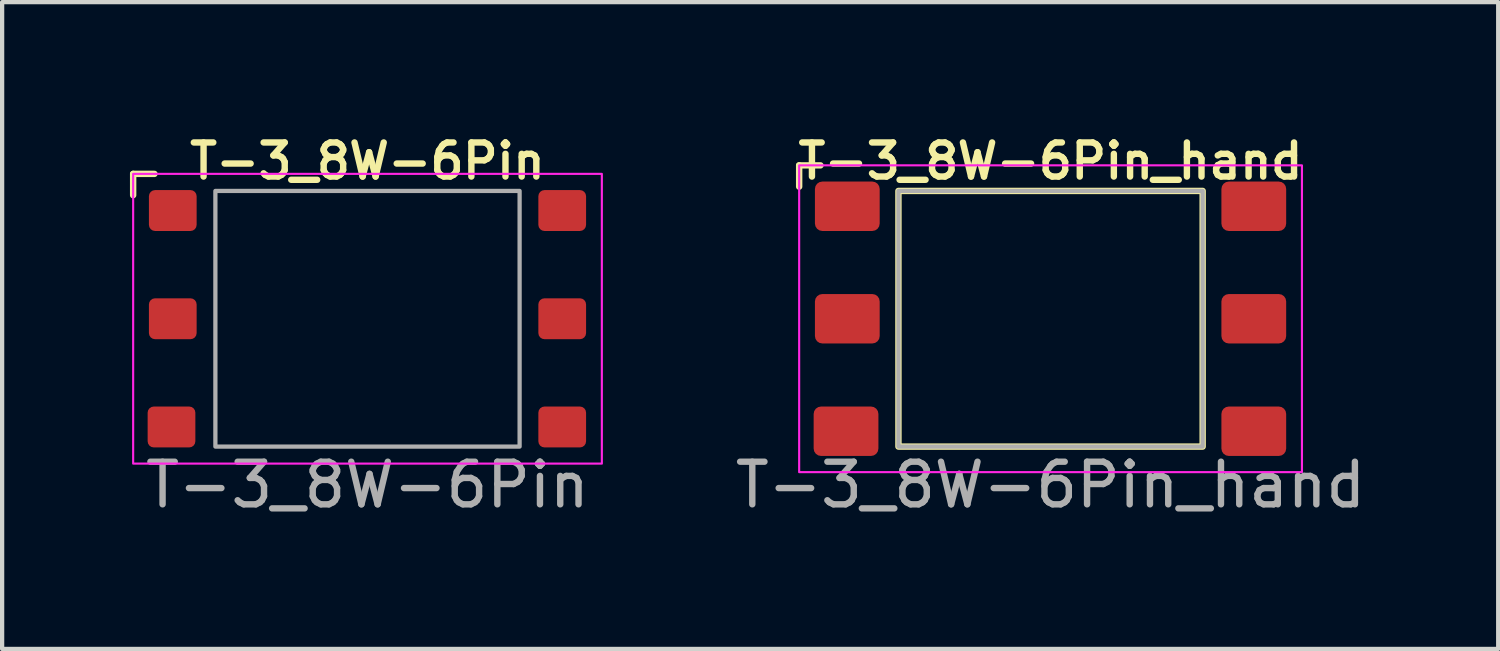
<source format=kicad_pcb>
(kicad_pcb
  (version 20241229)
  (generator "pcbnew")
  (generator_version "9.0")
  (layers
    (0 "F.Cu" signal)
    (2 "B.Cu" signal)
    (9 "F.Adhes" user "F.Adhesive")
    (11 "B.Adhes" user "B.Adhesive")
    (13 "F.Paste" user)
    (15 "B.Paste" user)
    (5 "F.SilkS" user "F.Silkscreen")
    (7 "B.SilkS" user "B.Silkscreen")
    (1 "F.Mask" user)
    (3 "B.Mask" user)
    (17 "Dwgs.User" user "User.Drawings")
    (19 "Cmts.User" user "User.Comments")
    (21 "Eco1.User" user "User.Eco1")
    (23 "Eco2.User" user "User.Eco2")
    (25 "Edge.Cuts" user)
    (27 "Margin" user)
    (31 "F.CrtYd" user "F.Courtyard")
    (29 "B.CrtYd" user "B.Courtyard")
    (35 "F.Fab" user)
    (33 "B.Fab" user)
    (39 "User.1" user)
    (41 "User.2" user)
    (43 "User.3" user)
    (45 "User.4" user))
  (footprint "T-3_8W-6Pin_hand"
    (layer "F.Cu")
    (at 21.606 4.431)
    (property "Reference" "T-3_8W-6Pin_hand" (at 0 -3.7 0) (unlocked yes) (layer "F.SilkS") (effects (font (size 0.8 0.8) (thickness 0.15))))
    (attr smd)
    (fp_line (start -5.9 -3.6) (end -5.9 -3.1) (stroke (width 0.15) (type default)) (layer "F.SilkS"))
    (fp_line (start -5.9 -3.6) (end -5.4 -3.6) (stroke (width 0.15) (type default)) (layer "F.SilkS"))
    (fp_rect (start -3.57 -3) (end 3.57 3) (stroke (width 0.15) (type solid)) (fill no) (layer "F.SilkS"))
    (fp_rect (start -5.9 -3.6) (end 5.9 3.6) (stroke (width 0.05) (type default)) (fill no) (layer "F.CrtYd"))
    (fp_rect (start -3.57 -3) (end 3.57 3) (stroke (width 0.1) (type solid)) (fill no) (layer "F.Fab"))
    (fp_text user "${REFERENCE}" (at 0 3.9 0) (unlocked yes) (layer "F.Fab") (effects (font (size 1 1) (thickness 0.15))))
    (pad "1" smd roundrect (at -4.77 -2.64) (size 1.52 1.16) (layers "F.Cu" "F.Mask" "F.Paste") (roundrect_rratio 0.15))
    (pad "2" smd roundrect (at -4.77 0) (size 1.52 1.16) (layers "F.Cu" "F.Mask" "F.Paste") (roundrect_rratio 0.15))
    (pad "3" smd roundrect (at -4.8 2.64) (size 1.52 1.16) (layers "F.Cu" "F.Mask" "F.Paste") (roundrect_rratio 0.15))
    (pad "4" smd roundrect (at 4.77 2.64) (size 1.52 1.16) (layers "F.Cu" "F.Mask" "F.Paste") (roundrect_rratio 0.15))
    (pad "5" smd roundrect (at 4.77 0) (size 1.52 1.16) (layers "F.Cu" "F.Mask" "F.Paste") (roundrect_rratio 0.15))
    (pad "6" smd roundrect (at 4.77 -2.64) (size 1.52 1.16) (layers "F.Cu" "F.Mask" "F.Paste") (roundrect_rratio 0.15)))
  (footprint "T-3_8W-6Pin"
    (layer "F.Cu")
    (at 5.575 4.431)
    (property "Reference" "T-3_8W-6Pin" (at 0 -3.7 0) (unlocked yes) (layer "F.SilkS") (effects (font (size 0.8 0.8) (thickness 0.15))))
    (attr smd)
    (fp_line (start -5.5 -3.4) (end -5.5 -2.9) (stroke (width 0.15) (type default)) (layer "F.SilkS"))
    (fp_line (start -5.5 -3.4) (end -5 -3.4) (stroke (width 0.15) (type default)) (layer "F.SilkS"))
    (fp_rect (start -5.5 -3.4) (end 5.5 3.4) (stroke (width 0.05) (type default)) (fill no) (layer "F.CrtYd"))
    (fp_rect (start -3.57 -3) (end 3.57 3) (stroke (width 0.1) (type solid)) (fill no) (layer "F.Fab"))
    (fp_text user "${REFERENCE}" (at 0 3.9 0) (unlocked yes) (layer "F.Fab") (effects (font (size 1 1) (thickness 0.15))))
    (pad "1" smd roundrect (at -4.57 -2.54) (size 1.12 0.96) (layers "F.Cu" "F.Mask" "F.Paste") (roundrect_rratio 0.15))
    (pad "2" smd roundrect (at -4.57 0) (size 1.12 0.96) (layers "F.Cu" "F.Mask" "F.Paste") (roundrect_rratio 0.15))
    (pad "3" smd roundrect (at -4.6 2.54) (size 1.12 0.96) (layers "F.Cu" "F.Mask" "F.Paste") (roundrect_rratio 0.15))
    (pad "4" smd roundrect (at 4.57 2.54) (size 1.12 0.96) (layers "F.Cu" "F.Mask" "F.Paste") (roundrect_rratio 0.15))
    (pad "5" smd roundrect (at 4.57 0) (size 1.12 0.96) (layers "F.Cu" "F.Mask" "F.Paste") (roundrect_rratio 0.15))
    (pad "6" smd roundrect (at 4.57 -2.54) (size 1.12 0.96) (layers "F.Cu" "F.Mask" "F.Paste") (roundrect_rratio 0.15)))
  (gr_rect
    (start -3 -3)
    (end 32.112 12.18)
    (stroke (width 0.1) (type default))
    (fill no)
    (layer "Edge.Cuts")))
</source>
